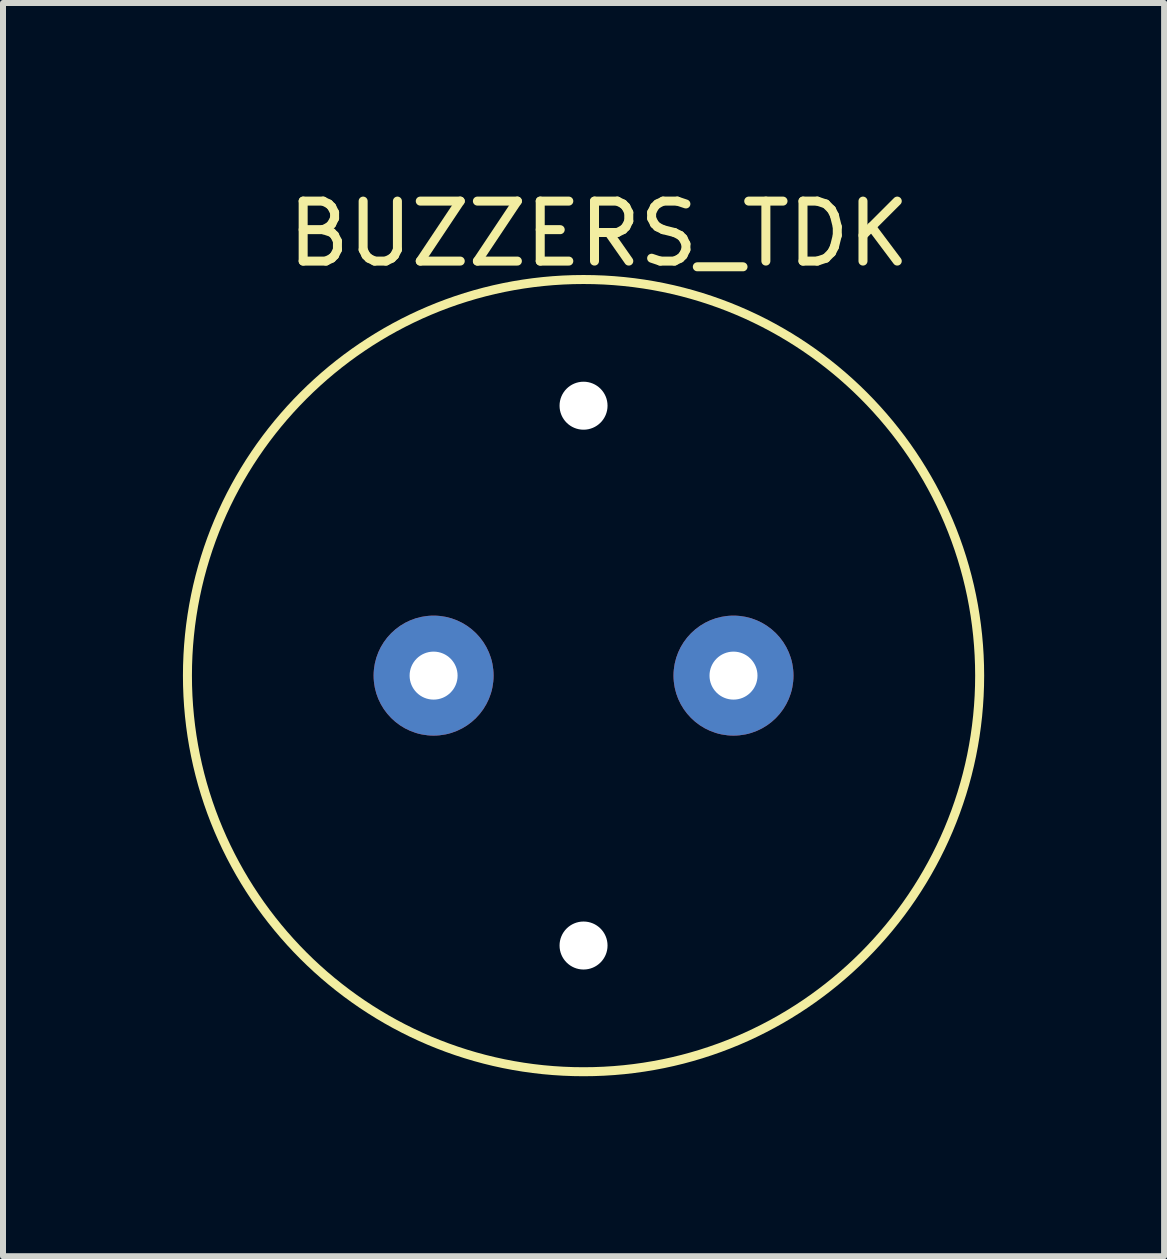
<source format=kicad_pcb>
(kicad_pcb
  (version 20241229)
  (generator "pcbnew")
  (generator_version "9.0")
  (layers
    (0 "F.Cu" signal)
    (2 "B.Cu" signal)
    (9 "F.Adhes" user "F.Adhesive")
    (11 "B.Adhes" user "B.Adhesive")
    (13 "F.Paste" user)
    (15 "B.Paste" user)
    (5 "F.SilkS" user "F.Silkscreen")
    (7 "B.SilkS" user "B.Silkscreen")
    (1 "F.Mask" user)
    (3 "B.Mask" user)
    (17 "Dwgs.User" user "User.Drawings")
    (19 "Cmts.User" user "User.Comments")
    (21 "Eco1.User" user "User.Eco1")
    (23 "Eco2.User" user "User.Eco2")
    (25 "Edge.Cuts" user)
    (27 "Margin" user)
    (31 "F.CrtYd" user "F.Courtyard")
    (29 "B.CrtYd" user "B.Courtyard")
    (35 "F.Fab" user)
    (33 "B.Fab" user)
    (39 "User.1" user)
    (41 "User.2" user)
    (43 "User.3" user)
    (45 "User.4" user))
  (footprint "BUZZERS_TDK"
    (layer "F.Cu")
    (at 6.679 8.214)
    (property "Reference" "BUZZERS_TDK" (at 0.254 -7.366 0) (layer "F.SilkS") (effects (font (size 1 1) (thickness 0.15))))
    (attr through_hole)
    (fp_circle (center 0 0) (end 6.604 0) (stroke (width 0.15) (type solid)) (fill no) (layer "F.SilkS"))
    (pad "" np_thru_hole circle (at 0 -4.5) (size 0.8 0.8) (drill 0.8) (layers "*.Cu" "*.Mask"))
    (pad "" np_thru_hole circle (at 0 4.5) (size 0.8 0.8) (drill 0.8) (layers "*.Cu" "*.Mask"))
    (pad "1" thru_hole circle (at 2.5 0) (size 2 2) (drill 0.8) (layers "*.Cu" "*.Mask"))
    (pad "2" thru_hole circle (at -2.5 0) (size 2 2) (drill 0.8) (layers "*.Cu" "*.Mask")))
  (gr_rect
    (start -3 -3)
    (end 16.358 17.893)
    (stroke (width 0.1) (type default))
    (fill no)
    (layer "Edge.Cuts")))
</source>
